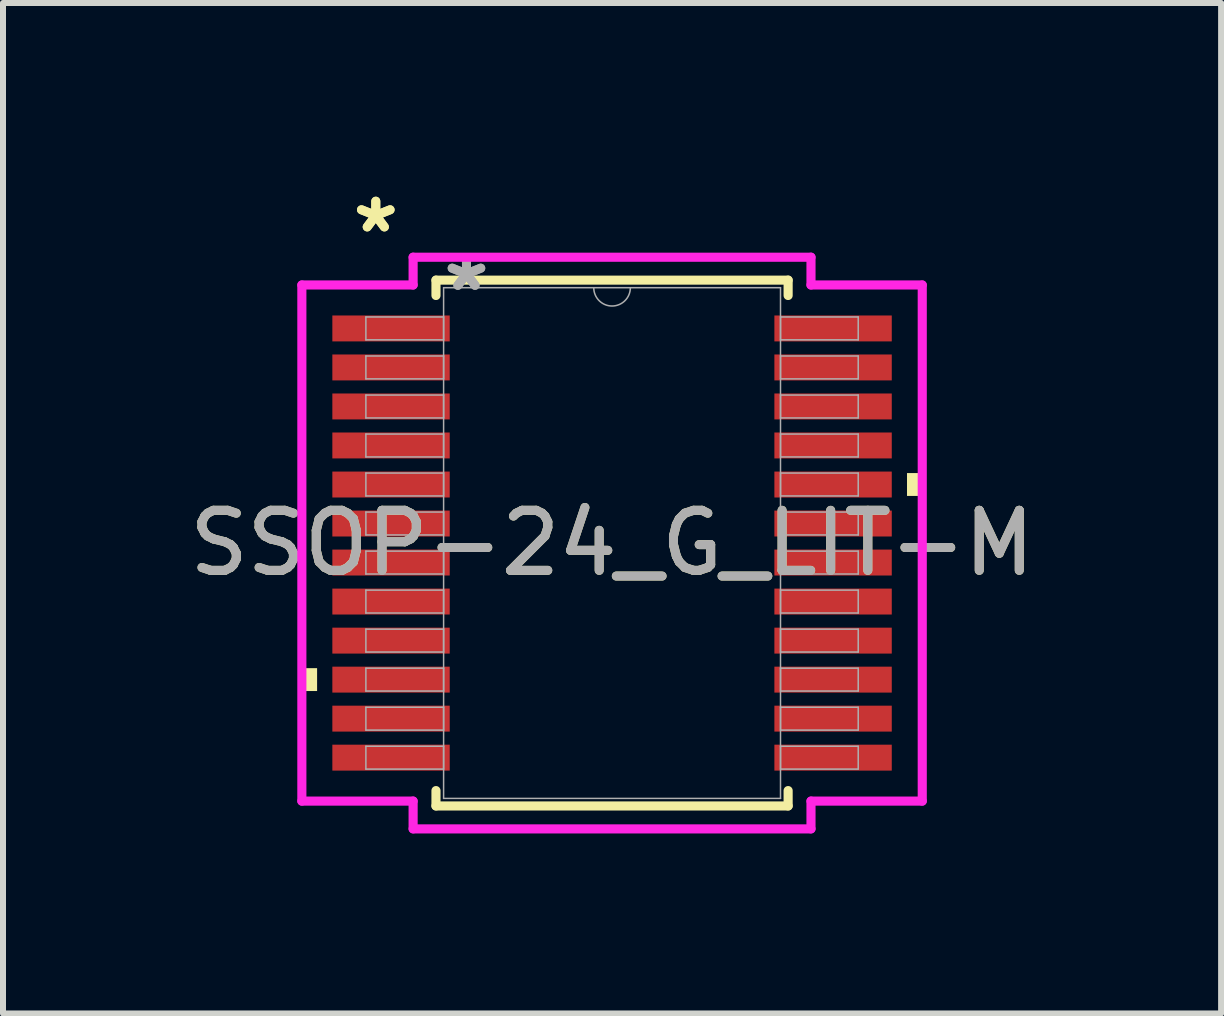
<source format=kicad_pcb>
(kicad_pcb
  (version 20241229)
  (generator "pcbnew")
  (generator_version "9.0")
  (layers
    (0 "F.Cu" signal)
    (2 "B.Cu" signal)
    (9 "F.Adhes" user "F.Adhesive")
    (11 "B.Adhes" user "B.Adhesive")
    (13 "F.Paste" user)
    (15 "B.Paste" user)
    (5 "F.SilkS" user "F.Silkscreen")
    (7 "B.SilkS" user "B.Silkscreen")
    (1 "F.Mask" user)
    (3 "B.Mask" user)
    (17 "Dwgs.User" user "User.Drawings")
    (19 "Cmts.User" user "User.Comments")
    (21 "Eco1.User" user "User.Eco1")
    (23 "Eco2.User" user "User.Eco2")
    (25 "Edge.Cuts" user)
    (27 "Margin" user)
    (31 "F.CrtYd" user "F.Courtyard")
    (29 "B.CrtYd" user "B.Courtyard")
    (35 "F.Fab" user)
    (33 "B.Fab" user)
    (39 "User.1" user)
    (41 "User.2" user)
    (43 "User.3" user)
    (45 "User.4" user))
  (footprint "SSOP-24_G_LIT-M"
    (layer "F.Cu")
    (at 7.149 5.999)
    (property "Reference" "SSOP-24_G_LIT-M" (at 0 0 0) (unlocked yes) (layer "F.SilkS") (effects (font (size 1 1) (thickness 0.15))))
    (attr smd)
    (fp_line (start -2.934 -4.381) (end -2.934 -4.125) (stroke (width 0.152) (type solid)) (layer "F.SilkS"))
    (fp_line (start -2.934 4.125) (end -2.934 4.381) (stroke (width 0.152) (type solid)) (layer "F.SilkS"))
    (fp_line (start -2.934 4.381) (end 2.934 4.381) (stroke (width 0.152) (type solid)) (layer "F.SilkS"))
    (fp_line (start 2.934 -4.381) (end -2.934 -4.381) (stroke (width 0.152) (type solid)) (layer "F.SilkS"))
    (fp_line (start 2.934 -4.125) (end 2.934 -4.381) (stroke (width 0.152) (type solid)) (layer "F.SilkS"))
    (fp_line (start 2.934 4.381) (end 2.934 4.125) (stroke (width 0.152) (type solid)) (layer "F.SilkS"))
    (fp_poly (pts (xy -5.169 2.085) (xy -5.169 2.466) (xy -4.915 2.466) (xy -4.915 2.085)) (stroke (width 0) (type solid)) (fill yes) (layer "F.SilkS"))
    (fp_poly (pts (xy 5.169 -1.166) (xy 5.169 -0.785) (xy 4.915 -0.785) (xy 4.915 -1.166)) (stroke (width 0) (type solid)) (fill yes) (layer "F.SilkS"))
    (fp_line (start -5.169 -4.3) (end -3.315 -4.3) (stroke (width 0.152) (type solid)) (layer "F.CrtYd"))
    (fp_line (start -5.169 4.3) (end -5.169 -4.3) (stroke (width 0.152) (type solid)) (layer "F.CrtYd"))
    (fp_line (start -5.169 4.3) (end -3.315 4.3) (stroke (width 0.152) (type solid)) (layer "F.CrtYd"))
    (fp_line (start -3.315 -4.763) (end 3.315 -4.763) (stroke (width 0.152) (type solid)) (layer "F.CrtYd"))
    (fp_line (start -3.315 -4.3) (end -3.315 -4.763) (stroke (width 0.152) (type solid)) (layer "F.CrtYd"))
    (fp_line (start -3.315 4.763) (end -3.315 4.3) (stroke (width 0.152) (type solid)) (layer "F.CrtYd"))
    (fp_line (start 3.315 -4.763) (end 3.315 -4.3) (stroke (width 0.152) (type solid)) (layer "F.CrtYd"))
    (fp_line (start 3.315 4.3) (end 3.315 4.763) (stroke (width 0.152) (type solid)) (layer "F.CrtYd"))
    (fp_line (start 3.315 4.763) (end -3.315 4.763) (stroke (width 0.152) (type solid)) (layer "F.CrtYd"))
    (fp_line (start 5.169 -4.3) (end 3.315 -4.3) (stroke (width 0.152) (type solid)) (layer "F.CrtYd"))
    (fp_line (start 5.169 -4.3) (end 5.169 4.3) (stroke (width 0.152) (type solid)) (layer "F.CrtYd"))
    (fp_line (start 5.169 4.3) (end 3.315 4.3) (stroke (width 0.152) (type solid)) (layer "F.CrtYd"))
    (fp_line (start -4.102 -3.767) (end -4.102 -3.386) (stroke (width 0.025) (type solid)) (layer "F.Fab"))
    (fp_line (start -4.102 -3.386) (end -2.807 -3.386) (stroke (width 0.025) (type solid)) (layer "F.Fab"))
    (fp_line (start -4.102 -3.117) (end -4.102 -2.736) (stroke (width 0.025) (type solid)) (layer "F.Fab"))
    (fp_line (start -4.102 -2.736) (end -2.807 -2.736) (stroke (width 0.025) (type solid)) (layer "F.Fab"))
    (fp_line (start -4.102 -2.466) (end -4.102 -2.085) (stroke (width 0.025) (type solid)) (layer "F.Fab"))
    (fp_line (start -4.102 -2.085) (end -2.807 -2.085) (stroke (width 0.025) (type solid)) (layer "F.Fab"))
    (fp_line (start -4.102 -1.816) (end -4.102 -1.435) (stroke (width 0.025) (type solid)) (layer "F.Fab"))
    (fp_line (start -4.102 -1.435) (end -2.807 -1.435) (stroke (width 0.025) (type solid)) (layer "F.Fab"))
    (fp_line (start -4.102 -1.166) (end -4.102 -0.785) (stroke (width 0.025) (type solid)) (layer "F.Fab"))
    (fp_line (start -4.102 -0.785) (end -2.807 -0.785) (stroke (width 0.025) (type solid)) (layer "F.Fab"))
    (fp_line (start -4.102 -0.516) (end -4.102 -0.135) (stroke (width 0.025) (type solid)) (layer "F.Fab"))
    (fp_line (start -4.102 -0.135) (end -2.807 -0.135) (stroke (width 0.025) (type solid)) (layer "F.Fab"))
    (fp_line (start -4.102 0.135) (end -4.102 0.516) (stroke (width 0.025) (type solid)) (layer "F.Fab"))
    (fp_line (start -4.102 0.516) (end -2.807 0.516) (stroke (width 0.025) (type solid)) (layer "F.Fab"))
    (fp_line (start -4.102 0.785) (end -4.102 1.166) (stroke (width 0.025) (type solid)) (layer "F.Fab"))
    (fp_line (start -4.102 1.166) (end -2.807 1.166) (stroke (width 0.025) (type solid)) (layer "F.Fab"))
    (fp_line (start -4.102 1.435) (end -4.102 1.816) (stroke (width 0.025) (type solid)) (layer "F.Fab"))
    (fp_line (start -4.102 1.816) (end -2.807 1.816) (stroke (width 0.025) (type solid)) (layer "F.Fab"))
    (fp_line (start -4.102 2.085) (end -4.102 2.466) (stroke (width 0.025) (type solid)) (layer "F.Fab"))
    (fp_line (start -4.102 2.466) (end -2.807 2.466) (stroke (width 0.025) (type solid)) (layer "F.Fab"))
    (fp_line (start -4.102 2.736) (end -4.102 3.117) (stroke (width 0.025) (type solid)) (layer "F.Fab"))
    (fp_line (start -4.102 3.117) (end -2.807 3.117) (stroke (width 0.025) (type solid)) (layer "F.Fab"))
    (fp_line (start -4.102 3.386) (end -4.102 3.767) (stroke (width 0.025) (type solid)) (layer "F.Fab"))
    (fp_line (start -4.102 3.767) (end -2.807 3.767) (stroke (width 0.025) (type solid)) (layer "F.Fab"))
    (fp_line (start -2.807 -4.255) (end -2.807 4.255) (stroke (width 0.025) (type solid)) (layer "F.Fab"))
    (fp_line (start -2.807 -3.767) (end -4.102 -3.767) (stroke (width 0.025) (type solid)) (layer "F.Fab"))
    (fp_line (start -2.807 -3.386) (end -2.807 -3.767) (stroke (width 0.025) (type solid)) (layer "F.Fab"))
    (fp_line (start -2.807 -3.117) (end -4.102 -3.117) (stroke (width 0.025) (type solid)) (layer "F.Fab"))
    (fp_line (start -2.807 -2.736) (end -2.807 -3.117) (stroke (width 0.025) (type solid)) (layer "F.Fab"))
    (fp_line (start -2.807 -2.466) (end -4.102 -2.466) (stroke (width 0.025) (type solid)) (layer "F.Fab"))
    (fp_line (start -2.807 -2.085) (end -2.807 -2.466) (stroke (width 0.025) (type solid)) (layer "F.Fab"))
    (fp_line (start -2.807 -1.816) (end -4.102 -1.816) (stroke (width 0.025) (type solid)) (layer "F.Fab"))
    (fp_line (start -2.807 -1.435) (end -2.807 -1.816) (stroke (width 0.025) (type solid)) (layer "F.Fab"))
    (fp_line (start -2.807 -1.166) (end -4.102 -1.166) (stroke (width 0.025) (type solid)) (layer "F.Fab"))
    (fp_line (start -2.807 -0.785) (end -2.807 -1.166) (stroke (width 0.025) (type solid)) (layer "F.Fab"))
    (fp_line (start -2.807 -0.516) (end -4.102 -0.516) (stroke (width 0.025) (type solid)) (layer "F.Fab"))
    (fp_line (start -2.807 -0.135) (end -2.807 -0.516) (stroke (width 0.025) (type solid)) (layer "F.Fab"))
    (fp_line (start -2.807 0.135) (end -4.102 0.135) (stroke (width 0.025) (type solid)) (layer "F.Fab"))
    (fp_line (start -2.807 0.516) (end -2.807 0.135) (stroke (width 0.025) (type solid)) (layer "F.Fab"))
    (fp_line (start -2.807 0.785) (end -4.102 0.785) (stroke (width 0.025) (type solid)) (layer "F.Fab"))
    (fp_line (start -2.807 1.166) (end -2.807 0.785) (stroke (width 0.025) (type solid)) (layer "F.Fab"))
    (fp_line (start -2.807 1.435) (end -4.102 1.435) (stroke (width 0.025) (type solid)) (layer "F.Fab"))
    (fp_line (start -2.807 1.816) (end -2.807 1.435) (stroke (width 0.025) (type solid)) (layer "F.Fab"))
    (fp_line (start -2.807 2.085) (end -4.102 2.085) (stroke (width 0.025) (type solid)) (layer "F.Fab"))
    (fp_line (start -2.807 2.466) (end -2.807 2.085) (stroke (width 0.025) (type solid)) (layer "F.Fab"))
    (fp_line (start -2.807 2.736) (end -4.102 2.736) (stroke (width 0.025) (type solid)) (layer "F.Fab"))
    (fp_line (start -2.807 3.117) (end -2.807 2.736) (stroke (width 0.025) (type solid)) (layer "F.Fab"))
    (fp_line (start -2.807 3.386) (end -4.102 3.386) (stroke (width 0.025) (type solid)) (layer "F.Fab"))
    (fp_line (start -2.807 3.767) (end -2.807 3.386) (stroke (width 0.025) (type solid)) (layer "F.Fab"))
    (fp_line (start -2.807 4.255) (end 2.807 4.255) (stroke (width 0.025) (type solid)) (layer "F.Fab"))
    (fp_line (start 2.807 -4.255) (end -2.807 -4.255) (stroke (width 0.025) (type solid)) (layer "F.Fab"))
    (fp_line (start 2.807 -3.767) (end 2.807 -3.386) (stroke (width 0.025) (type solid)) (layer "F.Fab"))
    (fp_line (start 2.807 -3.386) (end 4.102 -3.386) (stroke (width 0.025) (type solid)) (layer "F.Fab"))
    (fp_line (start 2.807 -3.117) (end 2.807 -2.736) (stroke (width 0.025) (type solid)) (layer "F.Fab"))
    (fp_line (start 2.807 -2.736) (end 4.102 -2.736) (stroke (width 0.025) (type solid)) (layer "F.Fab"))
    (fp_line (start 2.807 -2.466) (end 2.807 -2.085) (stroke (width 0.025) (type solid)) (layer "F.Fab"))
    (fp_line (start 2.807 -2.085) (end 4.102 -2.085) (stroke (width 0.025) (type solid)) (layer "F.Fab"))
    (fp_line (start 2.807 -1.816) (end 2.807 -1.435) (stroke (width 0.025) (type solid)) (layer "F.Fab"))
    (fp_line (start 2.807 -1.435) (end 4.102 -1.435) (stroke (width 0.025) (type solid)) (layer "F.Fab"))
    (fp_line (start 2.807 -1.166) (end 2.807 -0.785) (stroke (width 0.025) (type solid)) (layer "F.Fab"))
    (fp_line (start 2.807 -0.785) (end 4.102 -0.785) (stroke (width 0.025) (type solid)) (layer "F.Fab"))
    (fp_line (start 2.807 -0.516) (end 2.807 -0.135) (stroke (width 0.025) (type solid)) (layer "F.Fab"))
    (fp_line (start 2.807 -0.135) (end 4.102 -0.135) (stroke (width 0.025) (type solid)) (layer "F.Fab"))
    (fp_line (start 2.807 0.135) (end 2.807 0.516) (stroke (width 0.025) (type solid)) (layer "F.Fab"))
    (fp_line (start 2.807 0.516) (end 4.102 0.516) (stroke (width 0.025) (type solid)) (layer "F.Fab"))
    (fp_line (start 2.807 0.785) (end 2.807 1.166) (stroke (width 0.025) (type solid)) (layer "F.Fab"))
    (fp_line (start 2.807 1.166) (end 4.102 1.166) (stroke (width 0.025) (type solid)) (layer "F.Fab"))
    (fp_line (start 2.807 1.435) (end 2.807 1.816) (stroke (width 0.025) (type solid)) (layer "F.Fab"))
    (fp_line (start 2.807 1.816) (end 4.102 1.816) (stroke (width 0.025) (type solid)) (layer "F.Fab"))
    (fp_line (start 2.807 2.085) (end 2.807 2.466) (stroke (width 0.025) (type solid)) (layer "F.Fab"))
    (fp_line (start 2.807 2.466) (end 4.102 2.466) (stroke (width 0.025) (type solid)) (layer "F.Fab"))
    (fp_line (start 2.807 2.736) (end 2.807 3.117) (stroke (width 0.025) (type solid)) (layer "F.Fab"))
    (fp_line (start 2.807 3.117) (end 4.102 3.117) (stroke (width 0.025) (type solid)) (layer "F.Fab"))
    (fp_line (start 2.807 3.386) (end 2.807 3.767) (stroke (width 0.025) (type solid)) (layer "F.Fab"))
    (fp_line (start 2.807 3.767) (end 4.102 3.767) (stroke (width 0.025) (type solid)) (layer "F.Fab"))
    (fp_line (start 2.807 4.255) (end 2.807 -4.255) (stroke (width 0.025) (type solid)) (layer "F.Fab"))
    (fp_line (start 4.102 -3.767) (end 2.807 -3.767) (stroke (width 0.025) (type solid)) (layer "F.Fab"))
    (fp_line (start 4.102 -3.386) (end 4.102 -3.767) (stroke (width 0.025) (type solid)) (layer "F.Fab"))
    (fp_line (start 4.102 -3.117) (end 2.807 -3.117) (stroke (width 0.025) (type solid)) (layer "F.Fab"))
    (fp_line (start 4.102 -2.736) (end 4.102 -3.117) (stroke (width 0.025) (type solid)) (layer "F.Fab"))
    (fp_line (start 4.102 -2.466) (end 2.807 -2.466) (stroke (width 0.025) (type solid)) (layer "F.Fab"))
    (fp_line (start 4.102 -2.085) (end 4.102 -2.466) (stroke (width 0.025) (type solid)) (layer "F.Fab"))
    (fp_line (start 4.102 -1.816) (end 2.807 -1.816) (stroke (width 0.025) (type solid)) (layer "F.Fab"))
    (fp_line (start 4.102 -1.435) (end 4.102 -1.816) (stroke (width 0.025) (type solid)) (layer "F.Fab"))
    (fp_line (start 4.102 -1.166) (end 2.807 -1.166) (stroke (width 0.025) (type solid)) (layer "F.Fab"))
    (fp_line (start 4.102 -0.785) (end 4.102 -1.166) (stroke (width 0.025) (type solid)) (layer "F.Fab"))
    (fp_line (start 4.102 -0.516) (end 2.807 -0.516) (stroke (width 0.025) (type solid)) (layer "F.Fab"))
    (fp_line (start 4.102 -0.135) (end 4.102 -0.516) (stroke (width 0.025) (type solid)) (layer "F.Fab"))
    (fp_line (start 4.102 0.135) (end 2.807 0.135) (stroke (width 0.025) (type solid)) (layer "F.Fab"))
    (fp_line (start 4.102 0.516) (end 4.102 0.135) (stroke (width 0.025) (type solid)) (layer "F.Fab"))
    (fp_line (start 4.102 0.785) (end 2.807 0.785) (stroke (width 0.025) (type solid)) (layer "F.Fab"))
    (fp_line (start 4.102 1.166) (end 4.102 0.785) (stroke (width 0.025) (type solid)) (layer "F.Fab"))
    (fp_line (start 4.102 1.435) (end 2.807 1.435) (stroke (width 0.025) (type solid)) (layer "F.Fab"))
    (fp_line (start 4.102 1.816) (end 4.102 1.435) (stroke (width 0.025) (type solid)) (layer "F.Fab"))
    (fp_line (start 4.102 2.085) (end 2.807 2.085) (stroke (width 0.025) (type solid)) (layer "F.Fab"))
    (fp_line (start 4.102 2.466) (end 4.102 2.085) (stroke (width 0.025) (type solid)) (layer "F.Fab"))
    (fp_line (start 4.102 2.736) (end 2.807 2.736) (stroke (width 0.025) (type solid)) (layer "F.Fab"))
    (fp_line (start 4.102 3.117) (end 4.102 2.736) (stroke (width 0.025) (type solid)) (layer "F.Fab"))
    (fp_line (start 4.102 3.386) (end 2.807 3.386) (stroke (width 0.025) (type solid)) (layer "F.Fab"))
    (fp_line (start 4.102 3.767) (end 4.102 3.386) (stroke (width 0.025) (type solid)) (layer "F.Fab"))
    (fp_arc (start 0.3048 -4.2545) (mid 0 -3.9497) (end -0.3048 -4.2545) (stroke (width 0.0254) (type solid)) (layer "F.Fab"))
    (fp_text user "*" (at -3.937 -5.151 0) (unlocked yes) (layer "F.SilkS") (effects (font (size 1 1) (thickness 0.15))))
    (fp_text user "*" (at -3.937 -5.151 0) (layer "F.SilkS") (effects (font (size 1 1) (thickness 0.15))))
    (fp_text user "*" (at -2.426 -4.178 0) (layer "F.Fab") (effects (font (size 1 1) (thickness 0.15))))
    (fp_text user "*" (at -2.426 -4.178 0) (unlocked yes) (layer "F.Fab") (effects (font (size 1 1) (thickness 0.15))))
    (fp_text user "${REFERENCE}" (at 0 0 0) (unlocked yes) (layer "F.Fab") (effects (font (size 1 1) (thickness 0.15))))
    (pad "1" smd rect (at -3.683 -3.576) (size 1.956 0.432) (layers "F.Cu" "F.Mask" "F.Paste"))
    (pad "2" smd rect (at -3.683 -2.926) (size 1.956 0.432) (layers "F.Cu" "F.Mask" "F.Paste"))
    (pad "3" smd rect (at -3.683 -2.276) (size 1.956 0.432) (layers "F.Cu" "F.Mask" "F.Paste"))
    (pad "4" smd rect (at -3.683 -1.626) (size 1.956 0.432) (layers "F.Cu" "F.Mask" "F.Paste"))
    (pad "5" smd rect (at -3.683 -0.975) (size 1.956 0.432) (layers "F.Cu" "F.Mask" "F.Paste"))
    (pad "6" smd rect (at -3.683 -0.325) (size 1.956 0.432) (layers "F.Cu" "F.Mask" "F.Paste"))
    (pad "7" smd rect (at -3.683 0.325) (size 1.956 0.432) (layers "F.Cu" "F.Mask" "F.Paste"))
    (pad "8" smd rect (at -3.683 0.975) (size 1.956 0.432) (layers "F.Cu" "F.Mask" "F.Paste"))
    (pad "9" smd rect (at -3.683 1.626) (size 1.956 0.432) (layers "F.Cu" "F.Mask" "F.Paste"))
    (pad "10" smd rect (at -3.683 2.276) (size 1.956 0.432) (layers "F.Cu" "F.Mask" "F.Paste"))
    (pad "11" smd rect (at -3.683 2.926) (size 1.956 0.432) (layers "F.Cu" "F.Mask" "F.Paste"))
    (pad "12" smd rect (at -3.683 3.576) (size 1.956 0.432) (layers "F.Cu" "F.Mask" "F.Paste"))
    (pad "13" smd rect (at 3.683 3.576) (size 1.956 0.432) (layers "F.Cu" "F.Mask" "F.Paste"))
    (pad "14" smd rect (at 3.683 2.926) (size 1.956 0.432) (layers "F.Cu" "F.Mask" "F.Paste"))
    (pad "15" smd rect (at 3.683 2.276) (size 1.956 0.432) (layers "F.Cu" "F.Mask" "F.Paste"))
    (pad "16" smd rect (at 3.683 1.626) (size 1.956 0.432) (layers "F.Cu" "F.Mask" "F.Paste"))
    (pad "17" smd rect (at 3.683 0.975) (size 1.956 0.432) (layers "F.Cu" "F.Mask" "F.Paste"))
    (pad "18" smd rect (at 3.683 0.325) (size 1.956 0.432) (layers "F.Cu" "F.Mask" "F.Paste"))
    (pad "19" smd rect (at 3.683 -0.325) (size 1.956 0.432) (layers "F.Cu" "F.Mask" "F.Paste"))
    (pad "20" smd rect (at 3.683 -0.975) (size 1.956 0.432) (layers "F.Cu" "F.Mask" "F.Paste"))
    (pad "21" smd rect (at 3.683 -1.626) (size 1.956 0.432) (layers "F.Cu" "F.Mask" "F.Paste"))
    (pad "22" smd rect (at 3.683 -2.276) (size 1.956 0.432) (layers "F.Cu" "F.Mask" "F.Paste"))
    (pad "23" smd rect (at 3.683 -2.926) (size 1.956 0.432) (layers "F.Cu" "F.Mask" "F.Paste"))
    (pad "24" smd rect (at 3.683 -3.576) (size 1.956 0.432) (layers "F.Cu" "F.Mask" "F.Paste")))
  (gr_rect
    (start -3 -3)
    (end 17.298 13.838)
    (stroke (width 0.1) (type default))
    (fill no)
    (layer "Edge.Cuts")))
</source>
